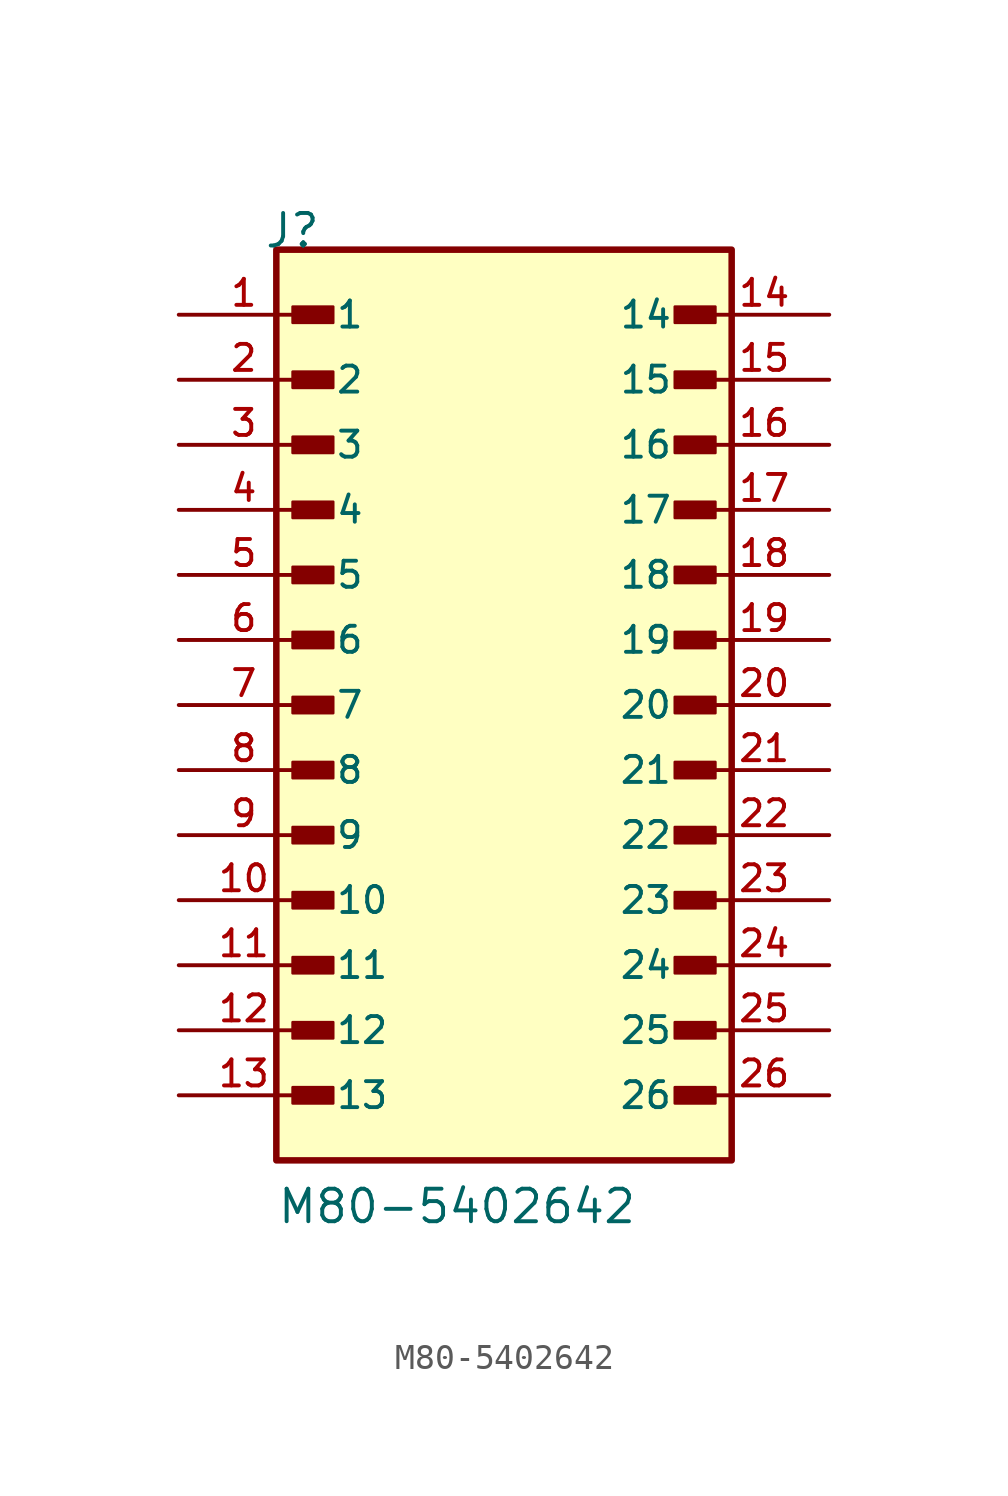
<source format=kicad_sym>
(kicad_symbol_lib
  (version 20211014)
  (generator kicad_symbol_editor)
  (symbol "M80-5402642"
    (pin_names
      (offset 1.016))
    (property "Reference" "J"
      (at -9.39 17.78 0)
      (effects (font (size 1.27 1.27)) (justify bottom left)))
    (property "Value" "M80-5402642"
      (at -8.89 -20.32 0)
      (effects (font (size 1.27 1.27)) (justify bottom left)))
    (symbol "M80-5402642_0_0"
      (rectangle (start -8.255 14.922) (end -6.668 15.557) (stroke (width 0.1)) (fill (type outline)))
      (rectangle (start -8.255 12.383) (end -6.668 13.018) (stroke (width 0.1)) (fill (type outline)))
      (rectangle (start -8.255 9.842) (end -6.668 10.477) (stroke (width 0.1)) (fill (type outline)))
      (rectangle (start -8.255 7.303) (end -6.668 7.938) (stroke (width 0.1)) (fill (type outline)))
      (rectangle (start -8.255 4.763) (end -6.668 5.397) (stroke (width 0.1)) (fill (type outline)))
      (rectangle (start -8.255 2.223) (end -6.668 2.857) (stroke (width 0.1)) (fill (type outline)))
      (rectangle (start -8.255 -0.318) (end -6.668 0.318) (stroke (width 0.1)) (fill (type outline)))
      (rectangle (start -8.255 -2.857) (end -6.668 -2.223) (stroke (width 0.1)) (fill (type outline)))
      (rectangle (start -8.255 -5.397) (end -6.668 -4.763) (stroke (width 0.1)) (fill (type outline)))
      (rectangle (start -8.255 -7.938) (end -6.668 -7.303) (stroke (width 0.1)) (fill (type outline)))
      (rectangle (start -8.255 -10.477) (end -6.668 -9.842) (stroke (width 0.1)) (fill (type outline)))
      (rectangle (start -8.255 -13.018) (end -6.668 -12.383) (stroke (width 0.1)) (fill (type outline)))
      (rectangle (start -8.255 -15.557) (end -6.668 -14.922) (stroke (width 0.1)) (fill (type outline)))
      (rectangle (start 8.255 14.922) (end 6.668 15.557) (stroke (width 0.1)) (fill (type outline)))
      (rectangle (start 8.255 12.383) (end 6.668 13.018) (stroke (width 0.1)) (fill (type outline)))
      (rectangle (start 8.255 9.842) (end 6.668 10.477) (stroke (width 0.1)) (fill (type outline)))
      (rectangle (start 8.255 7.303) (end 6.668 7.938) (stroke (width 0.1)) (fill (type outline)))
      (rectangle (start 8.255 4.763) (end 6.668 5.397) (stroke (width 0.1)) (fill (type outline)))
      (rectangle (start 8.255 2.223) (end 6.668 2.857) (stroke (width 0.1)) (fill (type outline)))
      (rectangle (start 8.255 -0.318) (end 6.668 0.318) (stroke (width 0.1)) (fill (type outline)))
      (rectangle (start 8.255 -2.857) (end 6.668 -2.223) (stroke (width 0.1)) (fill (type outline)))
      (rectangle (start 8.255 -5.397) (end 6.668 -4.763) (stroke (width 0.1)) (fill (type outline)))
      (rectangle (start 8.255 -7.938) (end 6.668 -7.303) (stroke (width 0.1)) (fill (type outline)))
      (rectangle (start 8.255 -10.477) (end 6.668 -9.842) (stroke (width 0.1)) (fill (type outline)))
      (rectangle (start 8.255 -13.018) (end 6.668 -12.383) (stroke (width 0.1)) (fill (type outline)))
      (rectangle (start 8.255 -15.557) (end 6.668 -14.922) (stroke (width 0.1)) (fill (type outline)))
      (rectangle (start -8.89 -17.78) (end 8.89 17.78) (stroke (width 0.254)) (fill (type background)))
      (pin passive line (at -12.7 15.24 0) (length 5.08) (name "1" (effects (font (size 1.016 1.016)))) (number "1" (effects (font (size 1.016 1.016)))))
      (pin passive line (at -12.7 12.7 0) (length 5.08) (name "2" (effects (font (size 1.016 1.016)))) (number "2" (effects (font (size 1.016 1.016)))))
      (pin passive line (at -12.7 10.16 0) (length 5.08) (name "3" (effects (font (size 1.016 1.016)))) (number "3" (effects (font (size 1.016 1.016)))))
      (pin passive line (at -12.7 7.62 0) (length 5.08) (name "4" (effects (font (size 1.016 1.016)))) (number "4" (effects (font (size 1.016 1.016)))))
      (pin passive line (at -12.7 5.08 0) (length 5.08) (name "5" (effects (font (size 1.016 1.016)))) (number "5" (effects (font (size 1.016 1.016)))))
      (pin passive line (at -12.7 2.54 0) (length 5.08) (name "6" (effects (font (size 1.016 1.016)))) (number "6" (effects (font (size 1.016 1.016)))))
      (pin passive line (at -12.7 0.0 0) (length 5.08) (name "7" (effects (font (size 1.016 1.016)))) (number "7" (effects (font (size 1.016 1.016)))))
      (pin passive line (at -12.7 -2.54 0) (length 5.08) (name "8" (effects (font (size 1.016 1.016)))) (number "8" (effects (font (size 1.016 1.016)))))
      (pin passive line (at -12.7 -5.08 0) (length 5.08) (name "9" (effects (font (size 1.016 1.016)))) (number "9" (effects (font (size 1.016 1.016)))))
      (pin passive line (at -12.7 -7.62 0) (length 5.08) (name "10" (effects (font (size 1.016 1.016)))) (number "10" (effects (font (size 1.016 1.016)))))
      (pin passive line (at -12.7 -10.16 0) (length 5.08) (name "11" (effects (font (size 1.016 1.016)))) (number "11" (effects (font (size 1.016 1.016)))))
      (pin passive line (at -12.7 -12.7 0) (length 5.08) (name "12" (effects (font (size 1.016 1.016)))) (number "12" (effects (font (size 1.016 1.016)))))
      (pin passive line (at -12.7 -15.24 0) (length 5.08) (name "13" (effects (font (size 1.016 1.016)))) (number "13" (effects (font (size 1.016 1.016)))))
      (pin passive line (at 12.7 15.24 180.0) (length 5.08) (name "14" (effects (font (size 1.016 1.016)))) (number "14" (effects (font (size 1.016 1.016)))))
      (pin passive line (at 12.7 12.7 180.0) (length 5.08) (name "15" (effects (font (size 1.016 1.016)))) (number "15" (effects (font (size 1.016 1.016)))))
      (pin passive line (at 12.7 10.16 180.0) (length 5.08) (name "16" (effects (font (size 1.016 1.016)))) (number "16" (effects (font (size 1.016 1.016)))))
      (pin passive line (at 12.7 7.62 180.0) (length 5.08) (name "17" (effects (font (size 1.016 1.016)))) (number "17" (effects (font (size 1.016 1.016)))))
      (pin passive line (at 12.7 5.08 180.0) (length 5.08) (name "18" (effects (font (size 1.016 1.016)))) (number "18" (effects (font (size 1.016 1.016)))))
      (pin passive line (at 12.7 2.54 180.0) (length 5.08) (name "19" (effects (font (size 1.016 1.016)))) (number "19" (effects (font (size 1.016 1.016)))))
      (pin passive line (at 12.7 0.0 180.0) (length 5.08) (name "20" (effects (font (size 1.016 1.016)))) (number "20" (effects (font (size 1.016 1.016)))))
      (pin passive line (at 12.7 -2.54 180.0) (length 5.08) (name "21" (effects (font (size 1.016 1.016)))) (number "21" (effects (font (size 1.016 1.016)))))
      (pin passive line (at 12.7 -5.08 180.0) (length 5.08) (name "22" (effects (font (size 1.016 1.016)))) (number "22" (effects (font (size 1.016 1.016)))))
      (pin passive line (at 12.7 -7.62 180.0) (length 5.08) (name "23" (effects (font (size 1.016 1.016)))) (number "23" (effects (font (size 1.016 1.016)))))
      (pin passive line (at 12.7 -10.16 180.0) (length 5.08) (name "24" (effects (font (size 1.016 1.016)))) (number "24" (effects (font (size 1.016 1.016)))))
      (pin passive line (at 12.7 -12.7 180.0) (length 5.08) (name "25" (effects (font (size 1.016 1.016)))) (number "25" (effects (font (size 1.016 1.016)))))
      (pin passive line (at 12.7 -15.24 180.0) (length 5.08) (name "26" (effects (font (size 1.016 1.016)))) (number "26" (effects (font (size 1.016 1.016))))))))
</source>
